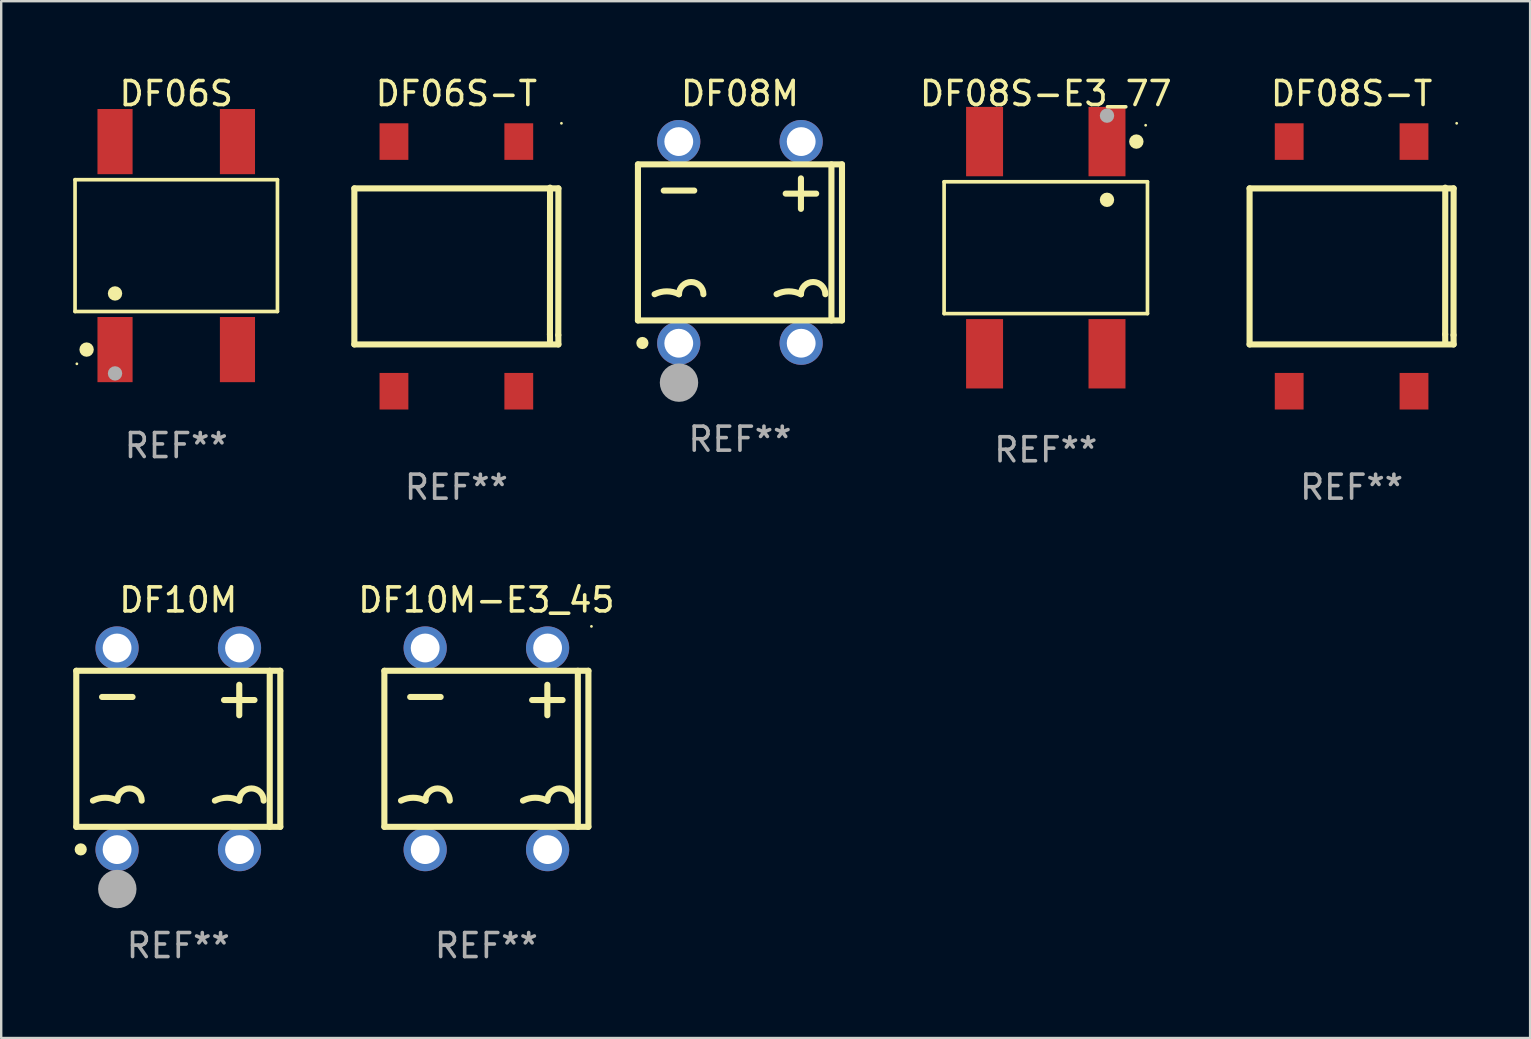
<source format=kicad_pcb>
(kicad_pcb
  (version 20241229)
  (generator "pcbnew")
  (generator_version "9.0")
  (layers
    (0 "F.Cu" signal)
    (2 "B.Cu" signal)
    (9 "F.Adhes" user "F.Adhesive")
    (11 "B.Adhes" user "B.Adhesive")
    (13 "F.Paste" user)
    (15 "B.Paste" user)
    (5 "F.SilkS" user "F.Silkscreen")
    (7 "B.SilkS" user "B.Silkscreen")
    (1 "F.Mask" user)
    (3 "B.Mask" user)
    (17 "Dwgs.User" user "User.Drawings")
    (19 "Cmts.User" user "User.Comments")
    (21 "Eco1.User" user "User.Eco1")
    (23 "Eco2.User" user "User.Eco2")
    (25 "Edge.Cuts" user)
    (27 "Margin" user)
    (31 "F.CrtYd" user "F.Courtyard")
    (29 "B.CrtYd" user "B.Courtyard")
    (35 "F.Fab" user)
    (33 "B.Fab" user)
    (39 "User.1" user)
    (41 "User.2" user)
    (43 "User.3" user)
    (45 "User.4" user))
  (footprint "DF08M"
    (layer "F.Cu")
    (at 27.776 7.048)
    (property "Reference" "DF08M" (at 0 -6.2 0) (layer "F.SilkS") (effects (font (size 1 1) (thickness 0.15))))
    (attr through_hole)
    (fp_line (start -4.25 -3.25) (end 4.25 -3.25) (stroke (width 0.254) (type solid)) (layer "F.SilkS"))
    (fp_line (start -4.25 3.25) (end -4.25 -3.25) (stroke (width 0.254) (type solid)) (layer "F.SilkS"))
    (fp_line (start -3.175 -2.159) (end -1.905 -2.159) (stroke (width 0.254) (type solid)) (layer "F.SilkS"))
    (fp_line (start 1.905 -2.032) (end 3.175 -2.032) (stroke (width 0.254) (type solid)) (layer "F.SilkS"))
    (fp_line (start 2.54 -1.397) (end 2.54 -2.667) (stroke (width 0.254) (type solid)) (layer "F.SilkS"))
    (fp_line (start 3.81 -3.25) (end 3.81 3.25) (stroke (width 0.254) (type solid)) (layer "F.SilkS"))
    (fp_line (start 4.25 -3.25) (end 4.25 3.25) (stroke (width 0.254) (type solid)) (layer "F.SilkS"))
    (fp_line (start 4.25 3.25) (end -4.25 3.25) (stroke (width 0.254) (type solid)) (layer "F.SilkS"))
    (fp_arc (start -3.556007 2.159004) (mid -3.048006 2.039081) (end -2.540005 2.159004) (stroke (width 0.254001) (type solid)) (layer "F.SilkS"))
    (fp_arc (start -2.540005 2.159004) (mid -2.032004 1.651003) (end -1.524003 2.159004) (stroke (width 0.254001) (type solid)) (layer "F.SilkS"))
    (fp_arc (start 1.524003 2.159004) (mid 2.032004 2.039081) (end 2.540005 2.159004) (stroke (width 0.254001) (type solid)) (layer "F.SilkS"))
    (fp_arc (start 2.540005 2.159004) (mid 3.048006 1.651003) (end 3.556007 2.159004) (stroke (width 0.254001) (type solid)) (layer "F.SilkS"))
    (fp_circle (center -4.16 4.125) (end -4.13 4.125) (stroke (width 0.06) (type solid)) (fill no) (layer "F.SilkS"))
    (fp_circle (center -4.064 4.191) (end -3.937 4.191) (stroke (width 0.254) (type solid)) (fill no) (layer "F.SilkS"))
    (fp_circle (center -2.54 5.842) (end -2.14 5.842) (stroke (width 0.8) (type solid)) (fill no) (layer "F.Fab"))
    (fp_text user "REF**" (at 0 8.2 0) (layer "F.Fab") (effects (font (size 1 1) (thickness 0.15))))
    (pad "1" thru_hole circle (at -2.55 4.2) (size 1.8 1.8) (drill 1.2) (layers "*.Cu" "*.Mask"))
    (pad "2" thru_hole circle (at 2.55 4.2) (size 1.8 1.8) (drill 1.2) (layers "*.Cu" "*.Mask"))
    (pad "3" thru_hole circle (at 2.55 -4.2) (size 1.8 1.8) (drill 1.2) (layers "*.Cu" "*.Mask"))
    (pad "4" thru_hole circle (at -2.55 -4.2) (size 1.8 1.8) (drill 1.2) (layers "*.Cu" "*.Mask")))
  (footprint "DF06S-T"
    (layer "F.Cu")
    (at 15.962 8.048)
    (property "Reference" "DF06S-T" (at 0 -7.2 0) (layer "F.SilkS") (effects (font (size 1 1) (thickness 0.15))))
    (attr through_hole)
    (fp_line (start -4.25 -3.25) (end -4.25 3.25) (stroke (width 0.254) (type solid)) (layer "F.SilkS"))
    (fp_line (start -4.25 -3.25) (end 4.25 -3.25) (stroke (width 0.254) (type solid)) (layer "F.SilkS"))
    (fp_line (start -4.25 3.25) (end 4.25 3.25) (stroke (width 0.254) (type solid)) (layer "F.SilkS"))
    (fp_line (start 3.898 2.83) (end 3.902 3.219) (stroke (width 0.254) (type solid)) (layer "F.SilkS"))
    (fp_line (start 3.902 -3.281) (end 3.898 2.83) (stroke (width 0.254) (type solid)) (layer "F.SilkS"))
    (fp_line (start 4.246 2.861) (end 4.25 3.25) (stroke (width 0.254) (type solid)) (layer "F.SilkS"))
    (fp_line (start 4.25 -3.25) (end 4.246 2.861) (stroke (width 0.254) (type solid)) (layer "F.SilkS"))
    (fp_circle (center 4.377 -5.962) (end 4.407 -5.962) (stroke (width 0.06) (type solid)) (fill no) (layer "F.SilkS"))
    (fp_text user "+" (at 1.709 -1.887 0) (layer "B.Mask") (effects (font (size 1 1) (thickness 0.15))))
    (fp_text user "-" (at -3.48 -1.923 0) (layer "B.Mask") (effects (font (size 1 1) (thickness 0.15))))
    (fp_text user "REF**" (at 0 9.2 0) (layer "F.Fab") (effects (font (size 1 1) (thickness 0.15))))
    (pad "1" smd rect (at 2.6 -5.2) (size 1.2 1.524) (layers "F.Cu" "F.Mask" "F.Paste"))
    (pad "2" smd rect (at 2.6 5.2) (size 1.2 1.524) (layers "F.Cu" "F.Mask" "F.Paste"))
    (pad "3" smd rect (at -2.6 -5.2) (size 1.2 1.524) (layers "F.Cu" "F.Mask" "F.Paste"))
    (pad "4" smd rect (at -2.6 5.2) (size 1.2 1.524) (layers "F.Cu" "F.Mask" "F.Paste")))
  (footprint "DF08S-T"
    (layer "F.Cu")
    (at 53.256 8.048)
    (property "Reference" "DF08S-T" (at 0 -7.2 0) (layer "F.SilkS") (effects (font (size 1 1) (thickness 0.15))))
    (attr through_hole)
    (fp_line (start -4.25 -3.25) (end -4.25 3.25) (stroke (width 0.254) (type solid)) (layer "F.SilkS"))
    (fp_line (start -4.25 -3.25) (end 4.25 -3.25) (stroke (width 0.254) (type solid)) (layer "F.SilkS"))
    (fp_line (start -4.25 3.25) (end 4.25 3.25) (stroke (width 0.254) (type solid)) (layer "F.SilkS"))
    (fp_line (start 3.898 2.83) (end 3.902 3.219) (stroke (width 0.254) (type solid)) (layer "F.SilkS"))
    (fp_line (start 3.902 -3.281) (end 3.898 2.83) (stroke (width 0.254) (type solid)) (layer "F.SilkS"))
    (fp_line (start 4.246 2.861) (end 4.25 3.25) (stroke (width 0.254) (type solid)) (layer "F.SilkS"))
    (fp_line (start 4.25 -3.25) (end 4.246 2.861) (stroke (width 0.254) (type solid)) (layer "F.SilkS"))
    (fp_circle (center 4.377 -5.962) (end 4.407 -5.962) (stroke (width 0.06) (type solid)) (fill no) (layer "F.SilkS"))
    (fp_text user "+" (at 1.709 -1.887 0) (layer "B.Mask") (effects (font (size 1 1) (thickness 0.15))))
    (fp_text user "-" (at -3.48 -1.923 0) (layer "B.Mask") (effects (font (size 1 1) (thickness 0.15))))
    (fp_text user "REF**" (at 0 9.2 0) (layer "F.Fab") (effects (font (size 1 1) (thickness 0.15))))
    (pad "1" smd rect (at 2.6 -5.2) (size 1.2 1.524) (layers "F.Cu" "F.Mask" "F.Paste"))
    (pad "2" smd rect (at 2.6 5.2) (size 1.2 1.524) (layers "F.Cu" "F.Mask" "F.Paste"))
    (pad "3" smd rect (at -2.6 -5.2) (size 1.2 1.524) (layers "F.Cu" "F.Mask" "F.Paste"))
    (pad "4" smd rect (at -2.6 5.2) (size 1.2 1.524) (layers "F.Cu" "F.Mask" "F.Paste")))
  (footprint "DF10M-E3_45"
    (layer "F.Cu")
    (at 17.212 28.144)
    (property "Reference" "DF10M-E3_45" (at 0 -6.2 0) (layer "F.SilkS") (effects (font (size 1 1) (thickness 0.15))))
    (attr through_hole)
    (fp_line (start -4.25 -3.25) (end 4.25 -3.25) (stroke (width 0.254) (type solid)) (layer "F.SilkS"))
    (fp_line (start -4.25 3.25) (end -4.25 -3.25) (stroke (width 0.254) (type solid)) (layer "F.SilkS"))
    (fp_line (start -3.175 -2.159) (end -1.905 -2.159) (stroke (width 0.254) (type solid)) (layer "F.SilkS"))
    (fp_line (start 1.905 -2.032) (end 3.175 -2.032) (stroke (width 0.254) (type solid)) (layer "F.SilkS"))
    (fp_line (start 2.54 -1.397) (end 2.54 -2.667) (stroke (width 0.254) (type solid)) (layer "F.SilkS"))
    (fp_line (start 3.81 -3.25) (end 3.81 3.25) (stroke (width 0.254) (type solid)) (layer "F.SilkS"))
    (fp_line (start 4.25 -3.25) (end 4.25 3.25) (stroke (width 0.254) (type solid)) (layer "F.SilkS"))
    (fp_line (start 4.25 3.25) (end -4.25 3.25) (stroke (width 0.254) (type solid)) (layer "F.SilkS"))
    (fp_arc (start -3.556007 2.159004) (mid -3.048006 2.039081) (end -2.540005 2.159004) (stroke (width 0.254001) (type solid)) (layer "F.SilkS"))
    (fp_arc (start -2.540005 2.159004) (mid -2.032004 1.651003) (end -1.524003 2.159004) (stroke (width 0.254001) (type solid)) (layer "F.SilkS"))
    (fp_arc (start 1.524003 2.159004) (mid 2.032004 2.039081) (end 2.540005 2.159004) (stroke (width 0.254001) (type solid)) (layer "F.SilkS"))
    (fp_arc (start 2.540005 2.159004) (mid 3.048006 1.651003) (end 3.556007 2.159004) (stroke (width 0.254001) (type solid)) (layer "F.SilkS"))
    (fp_circle (center 4.377 -5.1) (end 4.407 -5.1) (stroke (width 0.06) (type solid)) (fill no) (layer "F.SilkS"))
    (fp_text user "REF**" (at 0 8.2 0) (layer "F.Fab") (effects (font (size 1 1) (thickness 0.15))))
    (pad "1" thru_hole circle (at 2.55 -4.2) (size 1.8 1.8) (drill 1.2) (layers "*.Cu" "*.Mask"))
    (pad "2" thru_hole circle (at -2.55 -4.2) (size 1.8 1.8) (drill 1.2) (layers "*.Cu" "*.Mask"))
    (pad "3" thru_hole circle (at -2.55 4.2) (size 1.8 1.8) (drill 1.2) (layers "*.Cu" "*.Mask"))
    (pad "4" thru_hole circle (at 2.55 4.2) (size 1.8 1.8) (drill 1.2) (layers "*.Cu" "*.Mask")))
  (footprint "DF10M"
    (layer "F.Cu")
    (at 4.377 28.144)
    (property "Reference" "DF10M" (at 0 -6.2 0) (layer "F.SilkS") (effects (font (size 1 1) (thickness 0.15))))
    (attr through_hole)
    (fp_line (start -4.25 -3.25) (end 4.25 -3.25) (stroke (width 0.254) (type solid)) (layer "F.SilkS"))
    (fp_line (start -4.25 3.25) (end -4.25 -3.25) (stroke (width 0.254) (type solid)) (layer "F.SilkS"))
    (fp_line (start -3.175 -2.159) (end -1.905 -2.159) (stroke (width 0.254) (type solid)) (layer "F.SilkS"))
    (fp_line (start 1.905 -2.032) (end 3.175 -2.032) (stroke (width 0.254) (type solid)) (layer "F.SilkS"))
    (fp_line (start 2.54 -1.397) (end 2.54 -2.667) (stroke (width 0.254) (type solid)) (layer "F.SilkS"))
    (fp_line (start 3.81 -3.25) (end 3.81 3.25) (stroke (width 0.254) (type solid)) (layer "F.SilkS"))
    (fp_line (start 4.25 -3.25) (end 4.25 3.25) (stroke (width 0.254) (type solid)) (layer "F.SilkS"))
    (fp_line (start 4.25 3.25) (end -4.25 3.25) (stroke (width 0.254) (type solid)) (layer "F.SilkS"))
    (fp_arc (start -3.556007 2.159004) (mid -3.048006 2.039081) (end -2.540005 2.159004) (stroke (width 0.254001) (type solid)) (layer "F.SilkS"))
    (fp_arc (start -2.540005 2.159004) (mid -2.032004 1.651003) (end -1.524003 2.159004) (stroke (width 0.254001) (type solid)) (layer "F.SilkS"))
    (fp_arc (start 1.524003 2.159004) (mid 2.032004 2.039081) (end 2.540005 2.159004) (stroke (width 0.254001) (type solid)) (layer "F.SilkS"))
    (fp_arc (start 2.540005 2.159004) (mid 3.048006 1.651003) (end 3.556007 2.159004) (stroke (width 0.254001) (type solid)) (layer "F.SilkS"))
    (fp_circle (center -4.16 4.125) (end -4.13 4.125) (stroke (width 0.06) (type solid)) (fill no) (layer "F.SilkS"))
    (fp_circle (center -4.064 4.191) (end -3.937 4.191) (stroke (width 0.254) (type solid)) (fill no) (layer "F.SilkS"))
    (fp_circle (center -2.54 5.842) (end -2.14 5.842) (stroke (width 0.8) (type solid)) (fill no) (layer "F.Fab"))
    (fp_text user "REF**" (at 0 8.2 0) (layer "F.Fab") (effects (font (size 1 1) (thickness 0.15))))
    (pad "1" thru_hole circle (at -2.55 4.2) (size 1.8 1.8) (drill 1.2) (layers "*.Cu" "*.Mask"))
    (pad "2" thru_hole circle (at 2.55 4.2) (size 1.8 1.8) (drill 1.2) (layers "*.Cu" "*.Mask"))
    (pad "3" thru_hole circle (at 2.55 -4.2) (size 1.8 1.8) (drill 1.2) (layers "*.Cu" "*.Mask"))
    (pad "4" thru_hole circle (at -2.55 -4.2) (size 1.8 1.8) (drill 1.2) (layers "*.Cu" "*.Mask")))
  (footprint "DF08S-E3_77"
    (layer "F.Cu")
    (at 40.516 7.268)
    (property "Reference" "DF08S-E3_77" (at 0 -6.42 0) (layer "F.SilkS") (effects (font (size 1 1) (thickness 0.15))))
    (attr through_hole)
    (fp_line (start -4.236 -2.746) (end 4.236 -2.746) (stroke (width 0.152) (type solid)) (layer "F.SilkS"))
    (fp_line (start -4.236 2.746) (end -4.236 -2.746) (stroke (width 0.152) (type solid)) (layer "F.SilkS"))
    (fp_line (start 4.236 -2.746) (end 4.236 2.746) (stroke (width 0.152) (type solid)) (layer "F.SilkS"))
    (fp_line (start 4.236 2.746) (end -4.236 2.746) (stroke (width 0.152) (type solid)) (layer "F.SilkS"))
    (fp_circle (center 2.55 -1.994) (end 2.7 -1.994) (stroke (width 0.3) (type solid)) (fill no) (layer "F.SilkS"))
    (fp_circle (center 3.772 -4.42) (end 3.923 -4.42) (stroke (width 0.3) (type solid)) (fill no) (layer "F.SilkS"))
    (fp_circle (center 4.16 -5.1) (end 4.19 -5.1) (stroke (width 0.06) (type solid)) (fill no) (layer "F.SilkS"))
    (fp_circle (center 2.55 -5.5) (end 2.7 -5.5) (stroke (width 0.3) (type solid)) (fill no) (layer "F.Fab"))
    (fp_text user "REF**" (at 0 8.42 0) (layer "F.Fab") (effects (font (size 1 1) (thickness 0.15))))
    (pad "1" smd rect (at 2.55 -4.42 180) (size 1.54 2.89) (layers "F.Cu" "F.Mask" "F.Paste"))
    (pad "2" smd rect (at -2.55 -4.42 180) (size 1.54 2.89) (layers "F.Cu" "F.Mask" "F.Paste"))
    (pad "3" smd rect (at -2.55 4.42 180) (size 1.54 2.89) (layers "F.Cu" "F.Mask" "F.Paste"))
    (pad "4" smd rect (at 2.55 4.42 180) (size 1.54 2.89) (layers "F.Cu" "F.Mask" "F.Paste")))
  (footprint "DF06S"
    (layer "F.Cu")
    (at 4.292 7.181)
    (property "Reference" "DF06S" (at 0 -6.332 0) (layer "F.SilkS") (effects (font (size 1 1) (thickness 0.15))))
    (attr through_hole)
    (fp_line (start -4.216 -2.746) (end 4.216 -2.746) (stroke (width 0.152) (type solid)) (layer "F.SilkS"))
    (fp_line (start -4.216 2.746) (end -4.216 -2.746) (stroke (width 0.152) (type solid)) (layer "F.SilkS"))
    (fp_line (start 4.216 -2.746) (end 4.216 2.746) (stroke (width 0.152) (type solid)) (layer "F.SilkS"))
    (fp_line (start 4.216 2.746) (end -4.216 2.746) (stroke (width 0.152) (type solid)) (layer "F.SilkS"))
    (fp_circle (center -4.14 4.925) (end -4.11 4.925) (stroke (width 0.06) (type solid)) (fill no) (layer "F.SilkS"))
    (fp_circle (center -3.734 4.332) (end -3.584 4.332) (stroke (width 0.3) (type solid)) (fill no) (layer "F.SilkS"))
    (fp_circle (center -2.55 1.994) (end -2.4 1.994) (stroke (width 0.3) (type solid)) (fill no) (layer "F.SilkS"))
    (fp_circle (center -2.55 5.325) (end -2.4 5.325) (stroke (width 0.3) (type solid)) (fill no) (layer "F.Fab"))
    (fp_text user "REF**" (at 0 8.332 0) (layer "F.Fab") (effects (font (size 1 1) (thickness 0.15))))
    (pad "1" smd rect (at -2.55 4.332) (size 1.463 2.715) (layers "F.Cu" "F.Mask" "F.Paste"))
    (pad "2" smd rect (at 2.55 4.332) (size 1.463 2.715) (layers "F.Cu" "F.Mask" "F.Paste"))
    (pad "3" smd rect (at 2.55 -4.332) (size 1.463 2.715) (layers "F.Cu" "F.Mask" "F.Paste"))
    (pad "4" smd rect (at -2.55 -4.332) (size 1.463 2.715) (layers "F.Cu" "F.Mask" "F.Paste")))
  (gr_rect
    (start -3 -3)
    (end 60.693 40.193)
    (stroke (width 0.1) (type default))
    (fill no)
    (layer "Edge.Cuts")))
</source>
